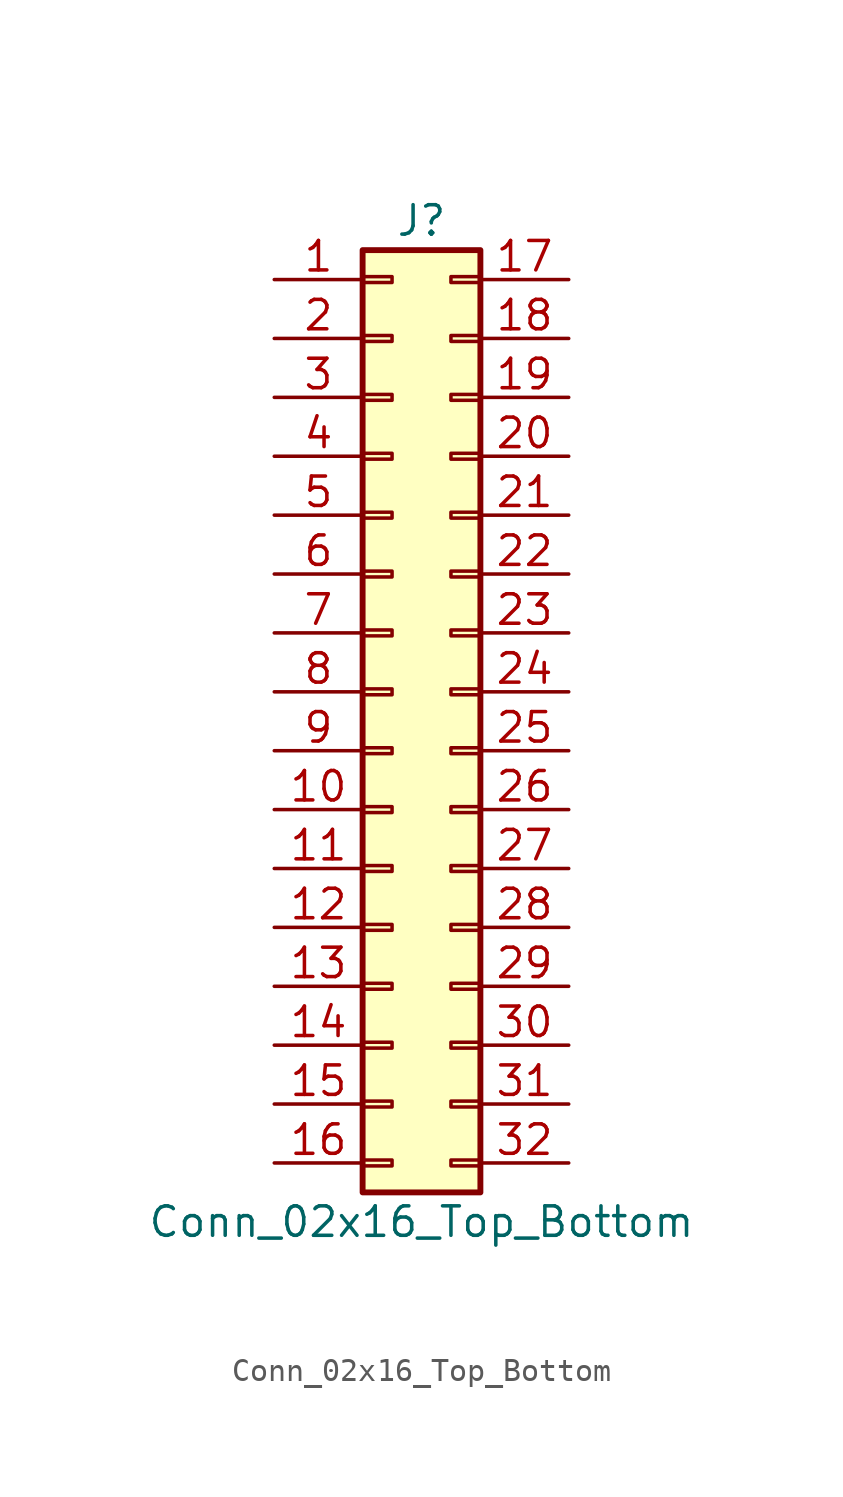
<source format=kicad_sym>
(kicad_symbol_lib
  (version 20211014)
  (generator kicad_symbol_editor)
  (symbol "Conn_02x16_Top_Bottom"
    (pin_names
      (offset 1.016) hide)
    (property "Reference" "J"
      (at 1.27 20.32 0)
      (effects (font (size 1.27 1.27))))
    (property "Value" "Conn_02x16_Top_Bottom"
      (at 1.27 -22.86 0)
      (effects (font (size 1.27 1.27))))
    (symbol "Conn_02x16_Top_Bottom_1_1"
      (rectangle (start -1.27 -20.193) (end 0 -20.447) (stroke (width 0.152) (type default) (color 0 0 0 0)) (fill (type none)))
      (rectangle (start -1.27 -17.653) (end 0 -17.907) (stroke (width 0.152) (type default) (color 0 0 0 0)) (fill (type none)))
      (rectangle (start -1.27 -15.113) (end 0 -15.367) (stroke (width 0.152) (type default) (color 0 0 0 0)) (fill (type none)))
      (rectangle (start -1.27 -12.573) (end 0 -12.827) (stroke (width 0.152) (type default) (color 0 0 0 0)) (fill (type none)))
      (rectangle (start -1.27 -10.033) (end 0 -10.287) (stroke (width 0.152) (type default) (color 0 0 0 0)) (fill (type none)))
      (rectangle (start -1.27 -7.493) (end 0 -7.747) (stroke (width 0.152) (type default) (color 0 0 0 0)) (fill (type none)))
      (rectangle (start -1.27 -4.953) (end 0 -5.207) (stroke (width 0.152) (type default) (color 0 0 0 0)) (fill (type none)))
      (rectangle (start -1.27 -2.413) (end 0 -2.667) (stroke (width 0.152) (type default) (color 0 0 0 0)) (fill (type none)))
      (rectangle (start -1.27 0.127) (end 0 -0.127) (stroke (width 0.152) (type default) (color 0 0 0 0)) (fill (type none)))
      (rectangle (start -1.27 2.667) (end 0 2.413) (stroke (width 0.152) (type default) (color 0 0 0 0)) (fill (type none)))
      (rectangle (start -1.27 5.207) (end 0 4.953) (stroke (width 0.152) (type default) (color 0 0 0 0)) (fill (type none)))
      (rectangle (start -1.27 7.747) (end 0 7.493) (stroke (width 0.152) (type default) (color 0 0 0 0)) (fill (type none)))
      (rectangle (start -1.27 10.287) (end 0 10.033) (stroke (width 0.152) (type default) (color 0 0 0 0)) (fill (type none)))
      (rectangle (start -1.27 12.827) (end 0 12.573) (stroke (width 0.152) (type default) (color 0 0 0 0)) (fill (type none)))
      (rectangle (start -1.27 15.367) (end 0 15.113) (stroke (width 0.152) (type default) (color 0 0 0 0)) (fill (type none)))
      (rectangle (start -1.27 17.907) (end 0 17.653) (stroke (width 0.152) (type default) (color 0 0 0 0)) (fill (type none)))
      (rectangle (start -1.27 19.05) (end 3.81 -21.59) (stroke (width 0.254) (type default) (color 0 0 0 0)) (fill (type background)))
      (rectangle (start 3.81 -20.193) (end 2.54 -20.447) (stroke (width 0.152) (type default) (color 0 0 0 0)) (fill (type none)))
      (rectangle (start 3.81 -17.653) (end 2.54 -17.907) (stroke (width 0.152) (type default) (color 0 0 0 0)) (fill (type none)))
      (rectangle (start 3.81 -15.113) (end 2.54 -15.367) (stroke (width 0.152) (type default) (color 0 0 0 0)) (fill (type none)))
      (rectangle (start 3.81 -12.573) (end 2.54 -12.827) (stroke (width 0.152) (type default) (color 0 0 0 0)) (fill (type none)))
      (rectangle (start 3.81 -10.033) (end 2.54 -10.287) (stroke (width 0.152) (type default) (color 0 0 0 0)) (fill (type none)))
      (rectangle (start 3.81 -7.493) (end 2.54 -7.747) (stroke (width 0.152) (type default) (color 0 0 0 0)) (fill (type none)))
      (rectangle (start 3.81 -4.953) (end 2.54 -5.207) (stroke (width 0.152) (type default) (color 0 0 0 0)) (fill (type none)))
      (rectangle (start 3.81 -2.413) (end 2.54 -2.667) (stroke (width 0.152) (type default) (color 0 0 0 0)) (fill (type none)))
      (rectangle (start 3.81 0.127) (end 2.54 -0.127) (stroke (width 0.152) (type default) (color 0 0 0 0)) (fill (type none)))
      (rectangle (start 3.81 2.667) (end 2.54 2.413) (stroke (width 0.152) (type default) (color 0 0 0 0)) (fill (type none)))
      (rectangle (start 3.81 5.207) (end 2.54 4.953) (stroke (width 0.152) (type default) (color 0 0 0 0)) (fill (type none)))
      (rectangle (start 3.81 7.747) (end 2.54 7.493) (stroke (width 0.152) (type default) (color 0 0 0 0)) (fill (type none)))
      (rectangle (start 3.81 10.287) (end 2.54 10.033) (stroke (width 0.152) (type default) (color 0 0 0 0)) (fill (type none)))
      (rectangle (start 3.81 12.827) (end 2.54 12.573) (stroke (width 0.152) (type default) (color 0 0 0 0)) (fill (type none)))
      (rectangle (start 3.81 15.367) (end 2.54 15.113) (stroke (width 0.152) (type default) (color 0 0 0 0)) (fill (type none)))
      (rectangle (start 3.81 17.907) (end 2.54 17.653) (stroke (width 0.152) (type default) (color 0 0 0 0)) (fill (type none)))
      (pin passive line (at -5.08 17.78 0) (length 3.81) (name "Pin_1" (effects (font (size 1.27 1.27)))) (number "1" (effects (font (size 1.27 1.27)))))
      (pin passive line (at -5.08 -5.08 0) (length 3.81) (name "Pin_10" (effects (font (size 1.27 1.27)))) (number "10" (effects (font (size 1.27 1.27)))))
      (pin passive line (at -5.08 -7.62 0) (length 3.81) (name "Pin_11" (effects (font (size 1.27 1.27)))) (number "11" (effects (font (size 1.27 1.27)))))
      (pin passive line (at -5.08 -10.16 0) (length 3.81) (name "Pin_12" (effects (font (size 1.27 1.27)))) (number "12" (effects (font (size 1.27 1.27)))))
      (pin passive line (at -5.08 -12.7 0) (length 3.81) (name "Pin_13" (effects (font (size 1.27 1.27)))) (number "13" (effects (font (size 1.27 1.27)))))
      (pin passive line (at -5.08 -15.24 0) (length 3.81) (name "Pin_14" (effects (font (size 1.27 1.27)))) (number "14" (effects (font (size 1.27 1.27)))))
      (pin passive line (at -5.08 -17.78 0) (length 3.81) (name "Pin_15" (effects (font (size 1.27 1.27)))) (number "15" (effects (font (size 1.27 1.27)))))
      (pin passive line (at -5.08 -20.32 0) (length 3.81) (name "Pin_16" (effects (font (size 1.27 1.27)))) (number "16" (effects (font (size 1.27 1.27)))))
      (pin passive line (at 7.62 17.78 180) (length 3.81) (name "Pin_17" (effects (font (size 1.27 1.27)))) (number "17" (effects (font (size 1.27 1.27)))))
      (pin passive line (at 7.62 15.24 180) (length 3.81) (name "Pin_18" (effects (font (size 1.27 1.27)))) (number "18" (effects (font (size 1.27 1.27)))))
      (pin passive line (at 7.62 12.7 180) (length 3.81) (name "Pin_19" (effects (font (size 1.27 1.27)))) (number "19" (effects (font (size 1.27 1.27)))))
      (pin passive line (at -5.08 15.24 0) (length 3.81) (name "Pin_2" (effects (font (size 1.27 1.27)))) (number "2" (effects (font (size 1.27 1.27)))))
      (pin passive line (at 7.62 10.16 180) (length 3.81) (name "Pin_20" (effects (font (size 1.27 1.27)))) (number "20" (effects (font (size 1.27 1.27)))))
      (pin passive line (at 7.62 7.62 180) (length 3.81) (name "Pin_21" (effects (font (size 1.27 1.27)))) (number "21" (effects (font (size 1.27 1.27)))))
      (pin passive line (at 7.62 5.08 180) (length 3.81) (name "Pin_22" (effects (font (size 1.27 1.27)))) (number "22" (effects (font (size 1.27 1.27)))))
      (pin passive line (at 7.62 2.54 180) (length 3.81) (name "Pin_23" (effects (font (size 1.27 1.27)))) (number "23" (effects (font (size 1.27 1.27)))))
      (pin passive line (at 7.62 0 180) (length 3.81) (name "Pin_24" (effects (font (size 1.27 1.27)))) (number "24" (effects (font (size 1.27 1.27)))))
      (pin passive line (at 7.62 -2.54 180) (length 3.81) (name "Pin_25" (effects (font (size 1.27 1.27)))) (number "25" (effects (font (size 1.27 1.27)))))
      (pin passive line (at 7.62 -5.08 180) (length 3.81) (name "Pin_26" (effects (font (size 1.27 1.27)))) (number "26" (effects (font (size 1.27 1.27)))))
      (pin passive line (at 7.62 -7.62 180) (length 3.81) (name "Pin_27" (effects (font (size 1.27 1.27)))) (number "27" (effects (font (size 1.27 1.27)))))
      (pin passive line (at 7.62 -10.16 180) (length 3.81) (name "Pin_28" (effects (font (size 1.27 1.27)))) (number "28" (effects (font (size 1.27 1.27)))))
      (pin passive line (at 7.62 -12.7 180) (length 3.81) (name "Pin_29" (effects (font (size 1.27 1.27)))) (number "29" (effects (font (size 1.27 1.27)))))
      (pin passive line (at -5.08 12.7 0) (length 3.81) (name "Pin_3" (effects (font (size 1.27 1.27)))) (number "3" (effects (font (size 1.27 1.27)))))
      (pin passive line (at 7.62 -15.24 180) (length 3.81) (name "Pin_30" (effects (font (size 1.27 1.27)))) (number "30" (effects (font (size 1.27 1.27)))))
      (pin passive line (at 7.62 -17.78 180) (length 3.81) (name "Pin_31" (effects (font (size 1.27 1.27)))) (number "31" (effects (font (size 1.27 1.27)))))
      (pin passive line (at 7.62 -20.32 180) (length 3.81) (name "Pin_32" (effects (font (size 1.27 1.27)))) (number "32" (effects (font (size 1.27 1.27)))))
      (pin passive line (at -5.08 10.16 0) (length 3.81) (name "Pin_4" (effects (font (size 1.27 1.27)))) (number "4" (effects (font (size 1.27 1.27)))))
      (pin passive line (at -5.08 7.62 0) (length 3.81) (name "Pin_5" (effects (font (size 1.27 1.27)))) (number "5" (effects (font (size 1.27 1.27)))))
      (pin passive line (at -5.08 5.08 0) (length 3.81) (name "Pin_6" (effects (font (size 1.27 1.27)))) (number "6" (effects (font (size 1.27 1.27)))))
      (pin passive line (at -5.08 2.54 0) (length 3.81) (name "Pin_7" (effects (font (size 1.27 1.27)))) (number "7" (effects (font (size 1.27 1.27)))))
      (pin passive line (at -5.08 0 0) (length 3.81) (name "Pin_8" (effects (font (size 1.27 1.27)))) (number "8" (effects (font (size 1.27 1.27)))))
      (pin passive line (at -5.08 -2.54 0) (length 3.81) (name "Pin_9" (effects (font (size 1.27 1.27)))) (number "9" (effects (font (size 1.27 1.27))))))))
</source>
